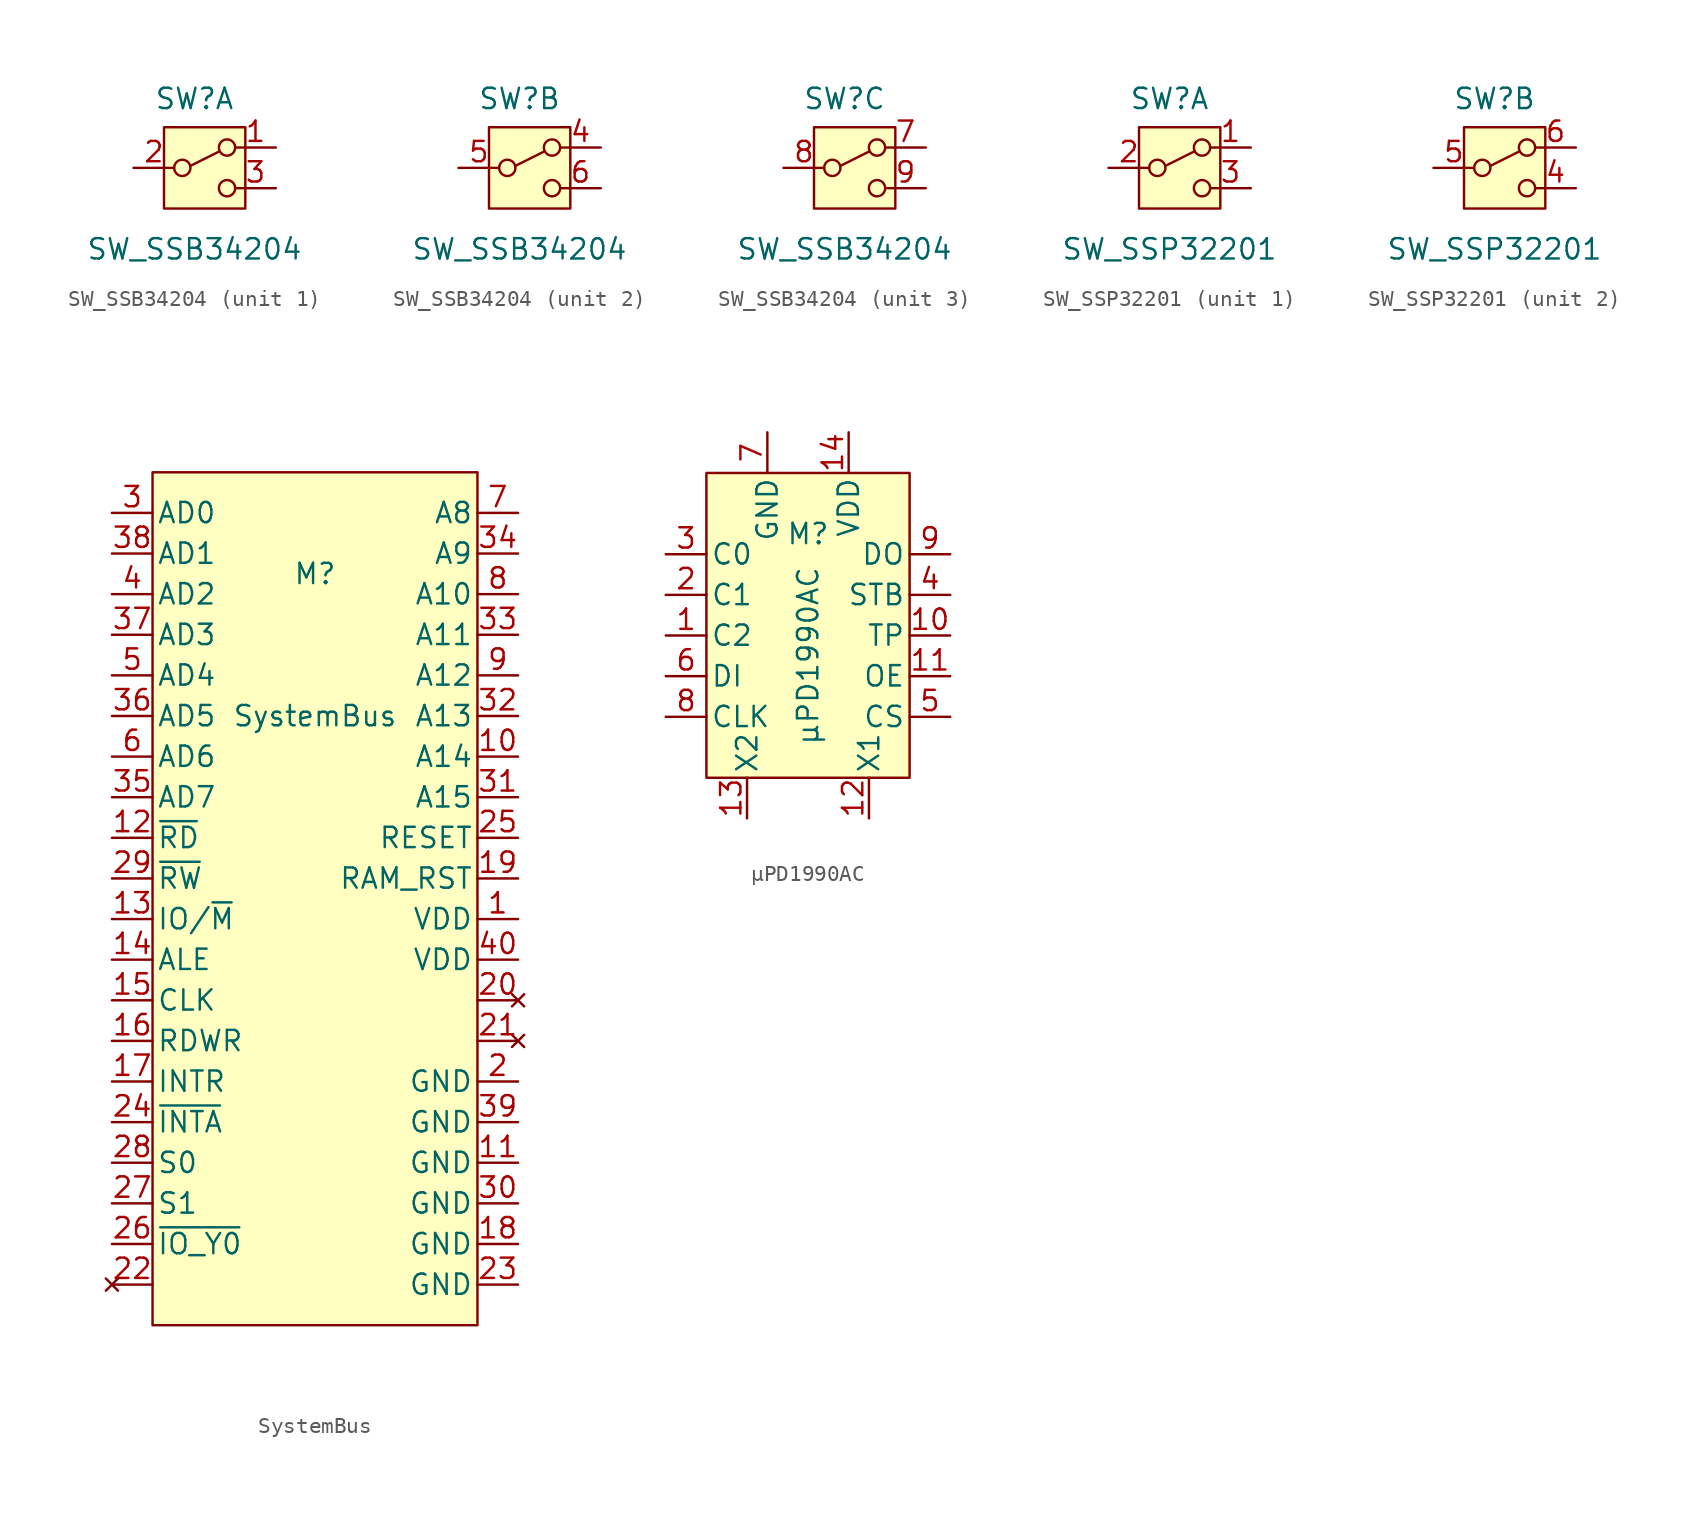
<source format=kicad_sym>
(kicad_symbol_lib
  (version 20211014)
  (generator kicad_symbol_editor)
  (symbol "SW_SSB34204"
    (pin_names
      (offset 0) hide)
    (property "Reference" "SW"
      (at 0 4.318 0)
      (effects (font (size 1.27 1.27))))
    (property "Value" "SW_SSB34204"
      (at 0 -5.08 0)
      (effects (font (size 1.27 1.27))))
    (symbol "SW_SSB34204_0_0"
      (circle (center -0.762 0) (radius 0.508) (stroke (width 0) (type default) (color 0 0 0 0)) (fill (type none)))
      (circle (center 2.032 -1.27) (radius 0.508) (stroke (width 0) (type default) (color 0 0 0 0)) (fill (type none))))
    (symbol "SW_SSB34204_0_1"
      (rectangle (start -1.905 2.54) (end 3.175 -2.54) (stroke (width 0) (type default) (color 0 0 0 0)) (fill (type background)))
      (polyline (pts (xy -0.254 0.127) (xy 1.524 1.016)) (stroke (width 0) (type default) (color 0 0 0 0)) (fill (type none)))
      (circle (center 2.032 1.27) (radius 0.508) (stroke (width 0) (type default) (color 0 0 0 0)) (fill (type none))))
    (symbol "SW_SSB34204_1_1"
      (pin passive line (at 5.08 1.27 180) (length 2.54) (name "A" (effects (font (size 1.27 1.27)))) (number "1" (effects (font (size 1.27 1.27)))))
      (pin passive line (at -3.81 0 0) (length 2.54) (name "B" (effects (font (size 1.27 1.27)))) (number "2" (effects (font (size 1.27 1.27)))))
      (pin passive line (at 5.08 -1.27 180) (length 2.54) (name "C" (effects (font (size 1.27 1.27)))) (number "3" (effects (font (size 1.27 1.27))))))
    (symbol "SW_SSB34204_2_1"
      (pin passive line (at 5.08 1.27 180) (length 2.54) (name "A" (effects (font (size 1.27 1.27)))) (number "4" (effects (font (size 1.27 1.27)))))
      (pin passive line (at -3.81 0 0) (length 2.54) (name "B" (effects (font (size 1.27 1.27)))) (number "5" (effects (font (size 1.27 1.27)))))
      (pin passive line (at 5.08 -1.27 180) (length 2.54) (name "C" (effects (font (size 1.27 1.27)))) (number "6" (effects (font (size 1.27 1.27))))))
    (symbol "SW_SSB34204_3_1"
      (pin passive line (at 5.08 1.27 180) (length 2.54) (name "A" (effects (font (size 1.27 1.27)))) (number "7" (effects (font (size 1.27 1.27)))))
      (pin passive line (at -3.81 0 0) (length 2.54) (name "B" (effects (font (size 1.27 1.27)))) (number "8" (effects (font (size 1.27 1.27)))))
      (pin passive line (at 5.08 -1.27 180) (length 2.54) (name "C" (effects (font (size 1.27 1.27)))) (number "9" (effects (font (size 1.27 1.27)))))))
  (symbol "SW_SSP32201"
    (pin_names
      (offset 0) hide)
    (property "Reference" "SW"
      (at 0 4.318 0)
      (effects (font (size 1.27 1.27))))
    (property "Value" "SW_SSP32201"
      (at 0 -5.08 0)
      (effects (font (size 1.27 1.27))))
    (symbol "SW_SSP32201_0_0"
      (circle (center -0.762 0) (radius 0.508) (stroke (width 0) (type default) (color 0 0 0 0)) (fill (type none)))
      (circle (center 2.032 -1.27) (radius 0.508) (stroke (width 0) (type default) (color 0 0 0 0)) (fill (type none))))
    (symbol "SW_SSP32201_0_1"
      (rectangle (start -1.905 2.54) (end 3.175 -2.54) (stroke (width 0) (type default) (color 0 0 0 0)) (fill (type background)))
      (polyline (pts (xy -0.254 0.127) (xy 1.524 1.016)) (stroke (width 0) (type default) (color 0 0 0 0)) (fill (type none)))
      (circle (center 2.032 1.27) (radius 0.508) (stroke (width 0) (type default) (color 0 0 0 0)) (fill (type none))))
    (symbol "SW_SSP32201_1_1"
      (pin passive line (at 5.08 1.27 180) (length 2.54) (name "C" (effects (font (size 1.27 1.27)))) (number "1" (effects (font (size 1.27 1.27)))))
      (pin passive line (at -3.81 0 0) (length 2.54) (name "B" (effects (font (size 1.27 1.27)))) (number "2" (effects (font (size 1.27 1.27)))))
      (pin passive line (at 5.08 -1.27 180) (length 2.54) (name "A" (effects (font (size 1.27 1.27)))) (number "3" (effects (font (size 1.27 1.27))))))
    (symbol "SW_SSP32201_2_1"
      (pin passive line (at 5.08 -1.27 180) (length 2.54) (name "A" (effects (font (size 1.27 1.27)))) (number "4" (effects (font (size 1.27 1.27)))))
      (pin passive line (at -3.81 0 0) (length 2.54) (name "B" (effects (font (size 1.27 1.27)))) (number "5" (effects (font (size 1.27 1.27)))))
      (pin passive line (at 5.08 1.27 180) (length 2.54) (name "C" (effects (font (size 1.27 1.27)))) (number "6" (effects (font (size 1.27 1.27)))))))
  (symbol "SystemBus"
    (pin_names
      (offset 0.254))
    (property "Reference" "M"
      (at 0 20.32 0)
      (effects (font (size 1.27 1.27))))
    (property "Value" "SystemBus"
      (at 0 11.43 0)
      (effects (font (size 1.27 1.27))))
    (symbol "SystemBus_0_1"
      (rectangle (start -10.16 26.67) (end 10.16 -26.67) (stroke (width 0) (type default) (color 0 0 0 0)) (fill (type background))))
    (symbol "SystemBus_1_1"
      (pin power_in line (at 12.7 -1.27 180) (length 2.54) (name "VDD" (effects (font (size 1.27 1.27)))) (number "1" (effects (font (size 1.27 1.27)))))
      (pin input line (at 12.7 8.89 180) (length 2.54) (name "A14" (effects (font (size 1.27 1.27)))) (number "10" (effects (font (size 1.27 1.27)))))
      (pin power_in line (at 12.7 -16.51 180) (length 2.54) (name "GND" (effects (font (size 1.27 1.27)))) (number "11" (effects (font (size 1.27 1.27)))))
      (pin input line (at -12.7 3.81 0) (length 2.54) (name "~{RD}" (effects (font (size 1.27 1.27)))) (number "12" (effects (font (size 1.27 1.27)))))
      (pin input line (at -12.7 -1.27 0) (length 2.54) (name "IO/~{M}" (effects (font (size 1.27 1.27)))) (number "13" (effects (font (size 1.27 1.27)))))
      (pin input line (at -12.7 -3.81 0) (length 2.54) (name "ALE" (effects (font (size 1.27 1.27)))) (number "14" (effects (font (size 1.27 1.27)))))
      (pin input line (at -12.7 -6.35 0) (length 2.54) (name "CLK" (effects (font (size 1.27 1.27)))) (number "15" (effects (font (size 1.27 1.27)))))
      (pin input line (at -12.7 -8.89 0) (length 2.54) (name "RDWR" (effects (font (size 1.27 1.27)))) (number "16" (effects (font (size 1.27 1.27)))))
      (pin output line (at -12.7 -11.43 0) (length 2.54) (name "INTR" (effects (font (size 1.27 1.27)))) (number "17" (effects (font (size 1.27 1.27)))))
      (pin power_in line (at 12.7 -21.59 180) (length 2.54) (name "GND" (effects (font (size 1.27 1.27)))) (number "18" (effects (font (size 1.27 1.27)))))
      (pin input line (at 12.7 1.27 180) (length 2.54) (name "RAM_RST" (effects (font (size 1.27 1.27)))) (number "19" (effects (font (size 1.27 1.27)))))
      (pin power_in line (at 12.7 -11.43 180) (length 2.54) (name "GND" (effects (font (size 1.27 1.27)))) (number "2" (effects (font (size 1.27 1.27)))))
      (pin no_connect line (at 12.7 -6.35 180) (length 2.54) (name "" (effects (font (size 1.27 1.27)))) (number "20" (effects (font (size 1.27 1.27)))))
      (pin no_connect line (at 12.7 -8.89 180) (length 2.54) (name "" (effects (font (size 1.27 1.27)))) (number "21" (effects (font (size 1.27 1.27)))))
      (pin no_connect line (at -12.7 -24.13 0) (length 2.54) (name "" (effects (font (size 1.27 1.27)))) (number "22" (effects (font (size 1.27 1.27)))))
      (pin power_in line (at 12.7 -24.13 180) (length 2.54) (name "GND" (effects (font (size 1.27 1.27)))) (number "23" (effects (font (size 1.27 1.27)))))
      (pin input line (at -12.7 -13.97 0) (length 2.54) (name "~{INTA}" (effects (font (size 1.27 1.27)))) (number "24" (effects (font (size 1.27 1.27)))))
      (pin input line (at 12.7 3.81 180) (length 2.54) (name "RESET" (effects (font (size 1.27 1.27)))) (number "25" (effects (font (size 1.27 1.27)))))
      (pin input line (at -12.7 -21.59 0) (length 2.54) (name "~{IO_Y0}" (effects (font (size 1.27 1.27)))) (number "26" (effects (font (size 1.27 1.27)))))
      (pin input line (at -12.7 -19.05 0) (length 2.54) (name "S1" (effects (font (size 1.27 1.27)))) (number "27" (effects (font (size 1.27 1.27)))))
      (pin input line (at -12.7 -16.51 0) (length 2.54) (name "S0" (effects (font (size 1.27 1.27)))) (number "28" (effects (font (size 1.27 1.27)))))
      (pin input line (at -12.7 1.27 0) (length 2.54) (name "~{RW}" (effects (font (size 1.27 1.27)))) (number "29" (effects (font (size 1.27 1.27)))))
      (pin bidirectional line (at -12.7 24.13 0) (length 2.54) (name "AD0" (effects (font (size 1.27 1.27)))) (number "3" (effects (font (size 1.27 1.27)))))
      (pin power_in line (at 12.7 -19.05 180) (length 2.54) (name "GND" (effects (font (size 1.27 1.27)))) (number "30" (effects (font (size 1.27 1.27)))))
      (pin input line (at 12.7 6.35 180) (length 2.54) (name "A15" (effects (font (size 1.27 1.27)))) (number "31" (effects (font (size 1.27 1.27)))))
      (pin input line (at 12.7 11.43 180) (length 2.54) (name "A13" (effects (font (size 1.27 1.27)))) (number "32" (effects (font (size 1.27 1.27)))))
      (pin input line (at 12.7 16.51 180) (length 2.54) (name "A11" (effects (font (size 1.27 1.27)))) (number "33" (effects (font (size 1.27 1.27)))))
      (pin input line (at 12.7 21.59 180) (length 2.54) (name "A9" (effects (font (size 1.27 1.27)))) (number "34" (effects (font (size 1.27 1.27)))))
      (pin bidirectional line (at -12.7 6.35 0) (length 2.54) (name "AD7" (effects (font (size 1.27 1.27)))) (number "35" (effects (font (size 1.27 1.27)))))
      (pin bidirectional line (at -12.7 11.43 0) (length 2.54) (name "AD5" (effects (font (size 1.27 1.27)))) (number "36" (effects (font (size 1.27 1.27)))))
      (pin bidirectional line (at -12.7 16.51 0) (length 2.54) (name "AD3" (effects (font (size 1.27 1.27)))) (number "37" (effects (font (size 1.27 1.27)))))
      (pin bidirectional line (at -12.7 21.59 0) (length 2.54) (name "AD1" (effects (font (size 1.27 1.27)))) (number "38" (effects (font (size 1.27 1.27)))))
      (pin power_in line (at 12.7 -13.97 180) (length 2.54) (name "GND" (effects (font (size 1.27 1.27)))) (number "39" (effects (font (size 1.27 1.27)))))
      (pin bidirectional line (at -12.7 19.05 0) (length 2.54) (name "AD2" (effects (font (size 1.27 1.27)))) (number "4" (effects (font (size 1.27 1.27)))))
      (pin power_in line (at 12.7 -3.81 180) (length 2.54) (name "VDD" (effects (font (size 1.27 1.27)))) (number "40" (effects (font (size 1.27 1.27)))))
      (pin bidirectional line (at -12.7 13.97 0) (length 2.54) (name "AD4" (effects (font (size 1.27 1.27)))) (number "5" (effects (font (size 1.27 1.27)))))
      (pin bidirectional line (at -12.7 8.89 0) (length 2.54) (name "AD6" (effects (font (size 1.27 1.27)))) (number "6" (effects (font (size 1.27 1.27)))))
      (pin input line (at 12.7 24.13 180) (length 2.54) (name "A8" (effects (font (size 1.27 1.27)))) (number "7" (effects (font (size 1.27 1.27)))))
      (pin input line (at 12.7 19.05 180) (length 2.54) (name "A10" (effects (font (size 1.27 1.27)))) (number "8" (effects (font (size 1.27 1.27)))))
      (pin input line (at 12.7 13.97 180) (length 2.54) (name "A12" (effects (font (size 1.27 1.27)))) (number "9" (effects (font (size 1.27 1.27)))))))
  (symbol "μPD1990AC"
    (pin_names
      (offset 0.254))
    (property "Reference" "M"
      (at 0 6.35 0)
      (effects (font (size 1.27 1.27))))
    (property "Value" "μPD1990AC"
      (at 0 -1.27 90)
      (effects (font (size 1.27 1.27))))
    (symbol "μPD1990AC_0_1"
      (rectangle (start -6.35 10.16) (end 6.35 -8.89) (stroke (width 0) (type default) (color 0 0 0 0)) (fill (type background))))
    (symbol "μPD1990AC_1_1"
      (pin input line (at -8.89 0 0) (length 2.54) (name "C2" (effects (font (size 1.27 1.27)))) (number "1" (effects (font (size 1.27 1.27)))))
      (pin open_collector line (at 8.89 0 180) (length 2.54) (name "TP" (effects (font (size 1.27 1.27)))) (number "10" (effects (font (size 1.27 1.27)))))
      (pin input line (at 8.89 -2.54 180) (length 2.54) (name "OE" (effects (font (size 1.27 1.27)))) (number "11" (effects (font (size 1.27 1.27)))))
      (pin free line (at 3.81 -11.43 90) (length 2.54) (name "X1" (effects (font (size 1.27 1.27)))) (number "12" (effects (font (size 1.27 1.27)))))
      (pin free line (at -3.81 -11.43 90) (length 2.54) (name "X2" (effects (font (size 1.27 1.27)))) (number "13" (effects (font (size 1.27 1.27)))))
      (pin power_in line (at 2.54 12.7 270) (length 2.54) (name "VDD" (effects (font (size 1.27 1.27)))) (number "14" (effects (font (size 1.27 1.27)))))
      (pin input line (at -8.89 2.54 0) (length 2.54) (name "C1" (effects (font (size 1.27 1.27)))) (number "2" (effects (font (size 1.27 1.27)))))
      (pin input line (at -8.89 5.08 0) (length 2.54) (name "C0" (effects (font (size 1.27 1.27)))) (number "3" (effects (font (size 1.27 1.27)))))
      (pin input line (at 8.89 2.54 180) (length 2.54) (name "STB" (effects (font (size 1.27 1.27)))) (number "4" (effects (font (size 1.27 1.27)))))
      (pin input line (at 8.89 -5.08 180) (length 2.54) (name "CS" (effects (font (size 1.27 1.27)))) (number "5" (effects (font (size 1.27 1.27)))))
      (pin input line (at -8.89 -2.54 0) (length 2.54) (name "DI" (effects (font (size 1.27 1.27)))) (number "6" (effects (font (size 1.27 1.27)))))
      (pin power_in line (at -2.54 12.7 270) (length 2.54) (name "GND" (effects (font (size 1.27 1.27)))) (number "7" (effects (font (size 1.27 1.27)))))
      (pin input line (at -8.89 -5.08 0) (length 2.54) (name "CLK" (effects (font (size 1.27 1.27)))) (number "8" (effects (font (size 1.27 1.27)))))
      (pin output line (at 8.89 5.08 180) (length 2.54) (name "DO" (effects (font (size 1.27 1.27)))) (number "9" (effects (font (size 1.27 1.27))))))))
</source>
